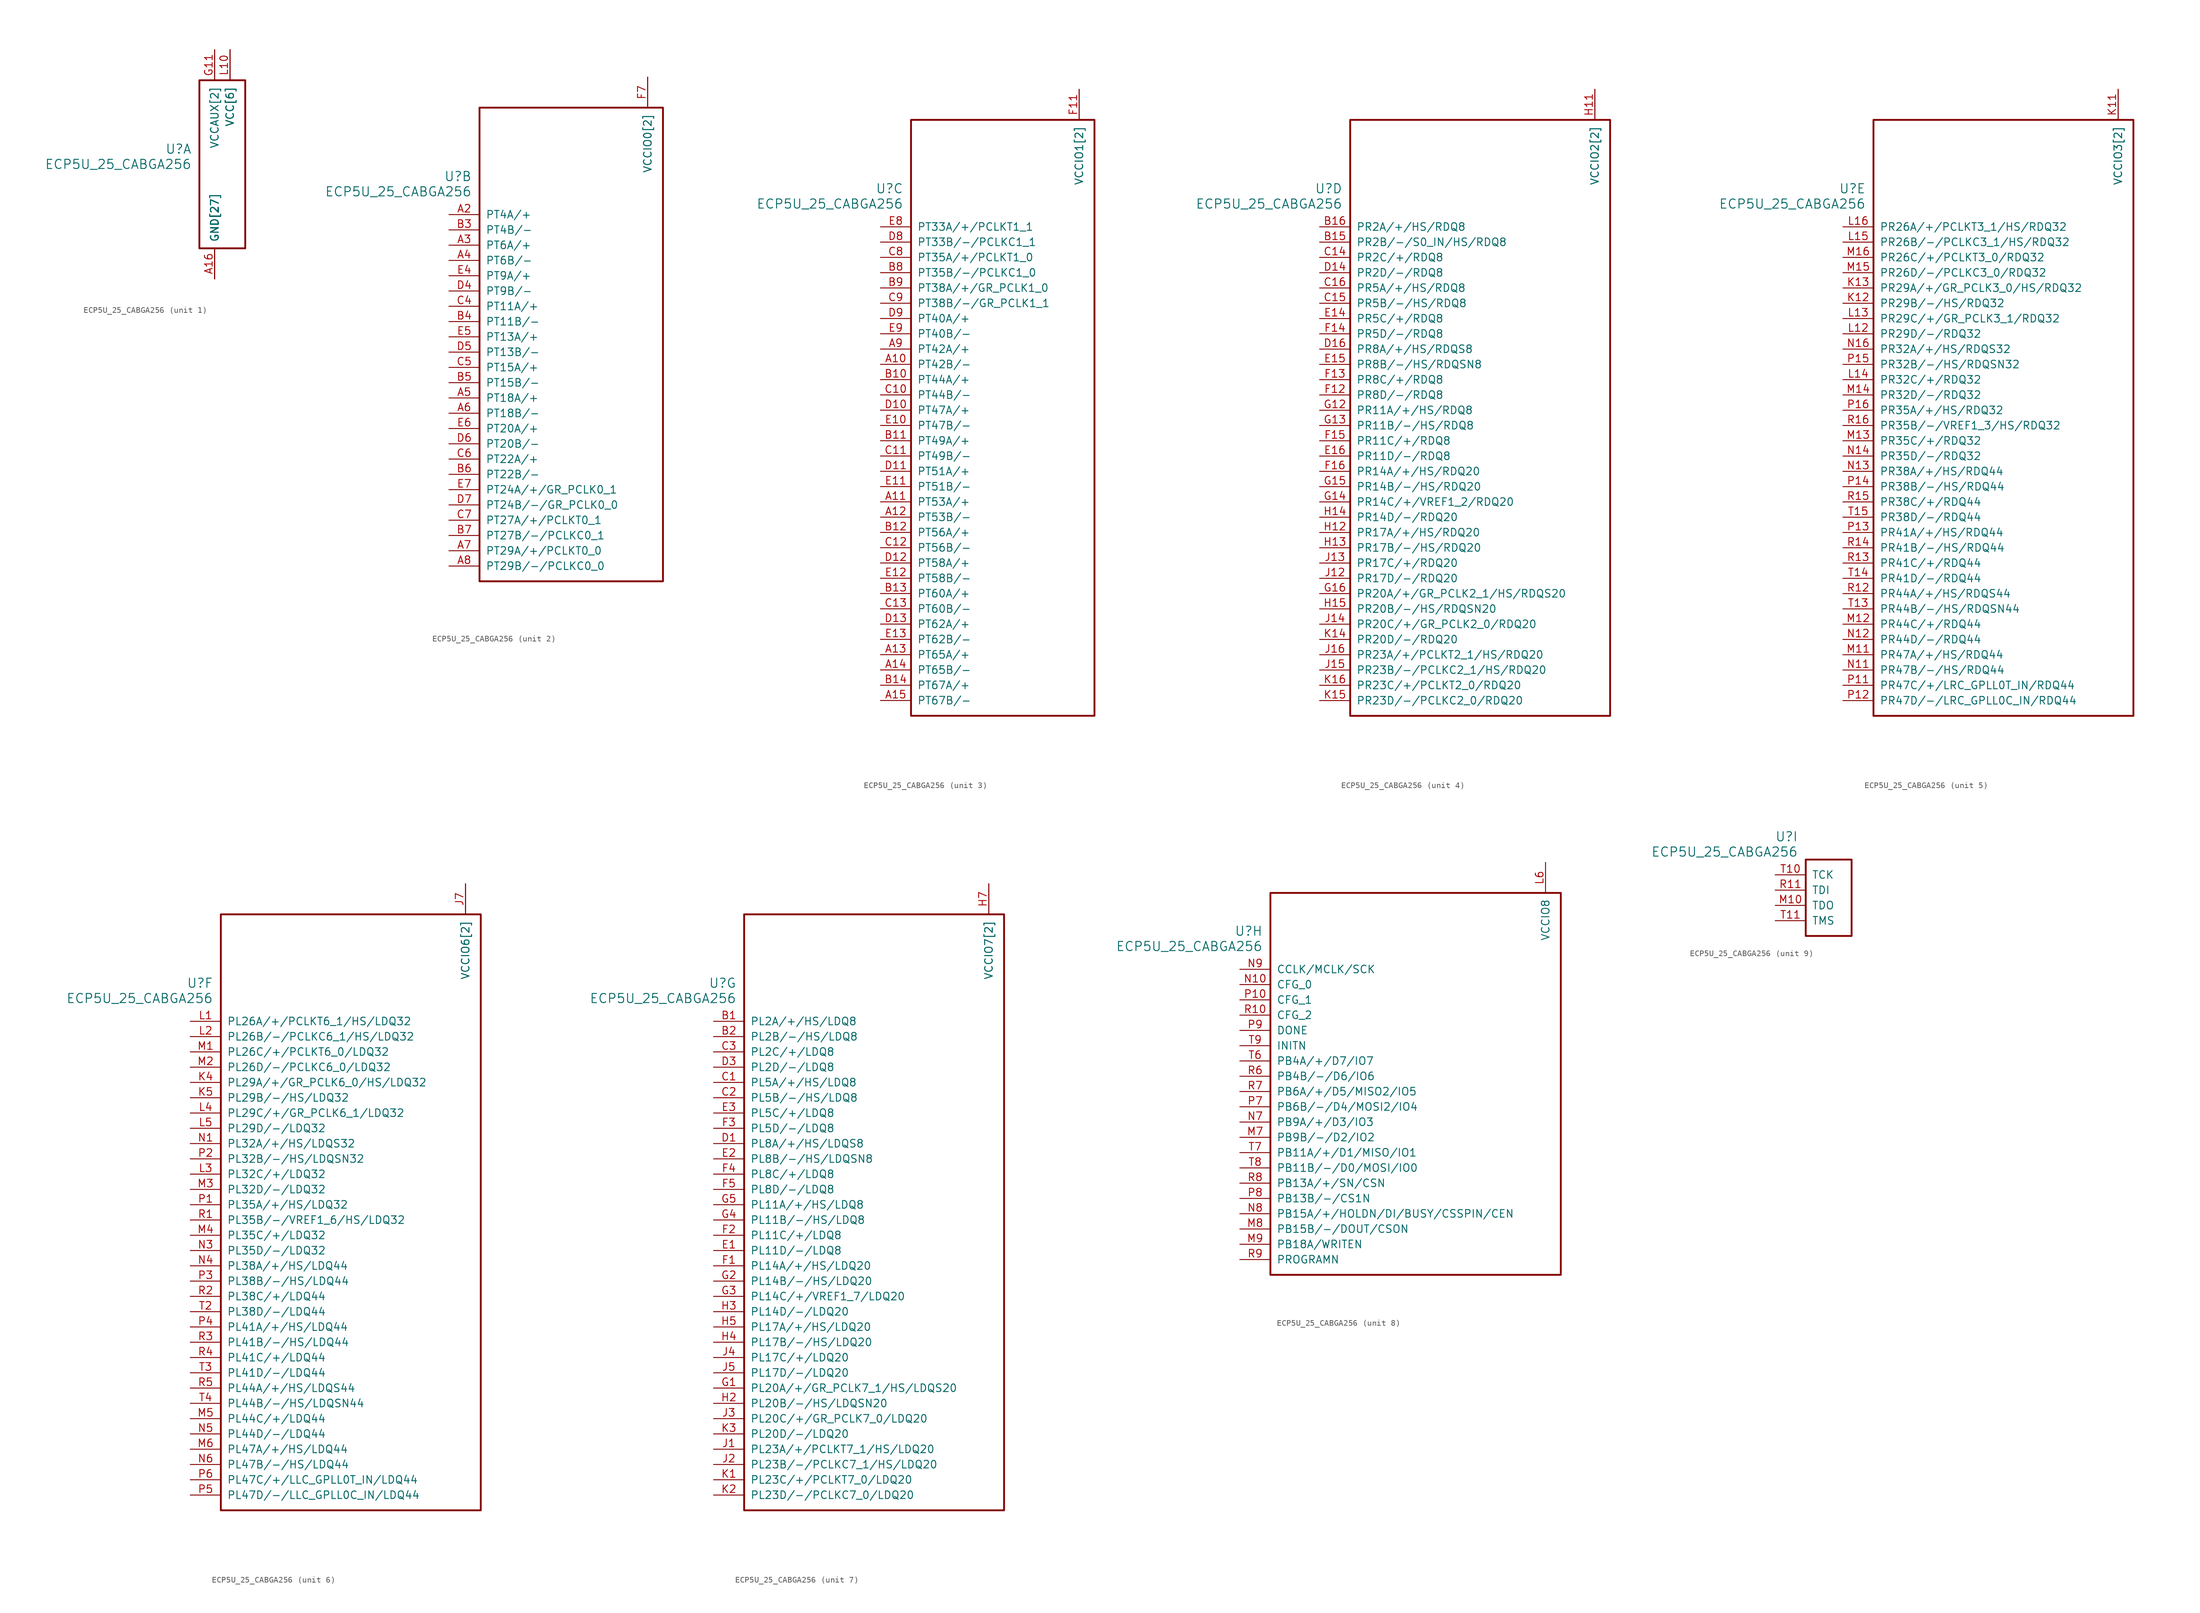
<source format=kicad_sym>
(kicad_symbol_lib
  (version 20211014)
  (generator kicad_symbol_editor)
  (symbol "ECP5U_25_CABGA256"
    (pin_names
      (offset 1.016))
    (property "Reference" "U"
      (at 3.81 6.35 0)
      (effects (font (size 1.524 1.524)) (justify right)))
    (property "Value" "ECP5U_25_CABGA256"
      (at 3.81 3.81 0)
      (effects (font (size 1.524 1.524)) (justify right)))
    (property "ki_locked" ""
      (at 0 0 0)
      (effects (font (size 1.27 1.27))))
    (symbol "ECP5U_25_CABGA256_1_1"
      (rectangle (start 5.08 17.78) (end 12.7 -10.16) (stroke (width 0.305) (type default) (color 0 0 0 0)) (fill (type none)))
      (pin power_in line (at 7.62 -15.24 90) (length 5.08) (name "GND[27]" (effects (font (size 1.27 1.27)))) (number "A1" (effects (font (size 0 0)))))
      (pin power_in line (at 7.62 -15.24 90) (length 5.08) (name "GND[27]" (effects (font (size 1.27 1.27)))) (number "A16" (effects (font (size 1.27 1.27)))))
      (pin power_in line (at 7.62 -15.24 90) (length 5.08) (name "GND[27]" (effects (font (size 1.27 1.27)))) (number "D15" (effects (font (size 0 0)))))
      (pin power_in line (at 7.62 -15.24 90) (length 5.08) (name "GND[27]" (effects (font (size 1.27 1.27)))) (number "D2" (effects (font (size 0 0)))))
      (pin power_in line (at 7.62 -15.24 90) (length 5.08) (name "GND[27]" (effects (font (size 1.27 1.27)))) (number "F8" (effects (font (size 0 0)))))
      (pin power_in line (at 7.62 -15.24 90) (length 5.08) (name "GND[27]" (effects (font (size 1.27 1.27)))) (number "F9" (effects (font (size 0 0)))))
      (pin power_in line (at 7.62 -15.24 90) (length 5.08) (name "GND[27]" (effects (font (size 1.27 1.27)))) (number "G10" (effects (font (size 0 0)))))
      (pin power_in line (at 7.62 22.86 270) (length 5.08) (name "VCCAUX[2]" (effects (font (size 1.27 1.27)))) (number "G11" (effects (font (size 1.27 1.27)))))
      (pin power_in line (at 10.16 22.86 270) (length 5.08) (name "VCC[6]" (effects (font (size 1.27 1.27)))) (number "G6" (effects (font (size 0 0)))))
      (pin power_in line (at 10.16 22.86 270) (length 5.08) (name "VCC[6]" (effects (font (size 1.27 1.27)))) (number "G7" (effects (font (size 0 0)))))
      (pin power_in line (at 7.62 -15.24 90) (length 5.08) (name "GND[27]" (effects (font (size 1.27 1.27)))) (number "G8" (effects (font (size 0 0)))))
      (pin power_in line (at 10.16 22.86 270) (length 5.08) (name "VCC[6]" (effects (font (size 1.27 1.27)))) (number "G9" (effects (font (size 0 0)))))
      (pin power_in line (at 7.62 -15.24 90) (length 5.08) (name "GND[27]" (effects (font (size 1.27 1.27)))) (number "H1" (effects (font (size 0 0)))))
      (pin power_in line (at 7.62 -15.24 90) (length 5.08) (name "GND[27]" (effects (font (size 1.27 1.27)))) (number "H10" (effects (font (size 0 0)))))
      (pin power_in line (at 7.62 -15.24 90) (length 5.08) (name "GND[27]" (effects (font (size 1.27 1.27)))) (number "H16" (effects (font (size 0 0)))))
      (pin power_in line (at 7.62 -15.24 90) (length 5.08) (name "GND[27]" (effects (font (size 1.27 1.27)))) (number "H8" (effects (font (size 0 0)))))
      (pin power_in line (at 7.62 -15.24 90) (length 5.08) (name "GND[27]" (effects (font (size 1.27 1.27)))) (number "H9" (effects (font (size 0 0)))))
      (pin power_in line (at 7.62 -15.24 90) (length 5.08) (name "GND[27]" (effects (font (size 1.27 1.27)))) (number "J10" (effects (font (size 0 0)))))
      (pin power_in line (at 7.62 -15.24 90) (length 5.08) (name "GND[27]" (effects (font (size 1.27 1.27)))) (number "J8" (effects (font (size 0 0)))))
      (pin power_in line (at 7.62 -15.24 90) (length 5.08) (name "GND[27]" (effects (font (size 1.27 1.27)))) (number "J9" (effects (font (size 0 0)))))
      (pin power_in line (at 7.62 -15.24 90) (length 5.08) (name "GND[27]" (effects (font (size 1.27 1.27)))) (number "K10" (effects (font (size 0 0)))))
      (pin power_in line (at 7.62 -15.24 90) (length 5.08) (name "GND[27]" (effects (font (size 1.27 1.27)))) (number "K6" (effects (font (size 0 0)))))
      (pin power_in line (at 7.62 -15.24 90) (length 5.08) (name "GND[27]" (effects (font (size 1.27 1.27)))) (number "K7" (effects (font (size 0 0)))))
      (pin power_in line (at 7.62 -15.24 90) (length 5.08) (name "GND[27]" (effects (font (size 1.27 1.27)))) (number "K8" (effects (font (size 0 0)))))
      (pin power_in line (at 7.62 -15.24 90) (length 5.08) (name "GND[27]" (effects (font (size 1.27 1.27)))) (number "K9" (effects (font (size 0 0)))))
      (pin power_in line (at 10.16 22.86 270) (length 5.08) (name "VCC[6]" (effects (font (size 1.27 1.27)))) (number "L10" (effects (font (size 1.27 1.27)))))
      (pin power_in line (at 7.62 22.86 270) (length 5.08) (name "VCCAUX[2]" (effects (font (size 1.27 1.27)))) (number "L7" (effects (font (size 0 0)))))
      (pin power_in line (at 10.16 22.86 270) (length 5.08) (name "VCC[6]" (effects (font (size 1.27 1.27)))) (number "L8" (effects (font (size 0 0)))))
      (pin power_in line (at 10.16 22.86 270) (length 5.08) (name "VCC[6]" (effects (font (size 1.27 1.27)))) (number "L9" (effects (font (size 0 0)))))
      (pin power_in line (at 7.62 -15.24 90) (length 5.08) (name "GND[27]" (effects (font (size 1.27 1.27)))) (number "N15" (effects (font (size 0 0)))))
      (pin power_in line (at 7.62 -15.24 90) (length 5.08) (name "GND[27]" (effects (font (size 1.27 1.27)))) (number "N2" (effects (font (size 0 0)))))
      (pin power_in line (at 7.62 -15.24 90) (length 5.08) (name "GND[27]" (effects (font (size 1.27 1.27)))) (number "T1" (effects (font (size 0 0)))))
      (pin power_in line (at 7.62 -15.24 90) (length 5.08) (name "GND[27]" (effects (font (size 1.27 1.27)))) (number "T12" (effects (font (size 0 0)))))
      (pin power_in line (at 7.62 -15.24 90) (length 5.08) (name "GND[27]" (effects (font (size 1.27 1.27)))) (number "T16" (effects (font (size 0 0)))))
      (pin power_in line (at 7.62 -15.24 90) (length 5.08) (name "GND[27]" (effects (font (size 1.27 1.27)))) (number "T5" (effects (font (size 0 0))))))
    (symbol "ECP5U_25_CABGA256_2_1"
      (rectangle (start 5.08 17.78) (end 35.56 -60.96) (stroke (width 0.305) (type default) (color 0 0 0 0)) (fill (type none)))
      (pin bidirectional line (at 0 0 0) (length 5.08) (name "PT4A/+" (effects (font (size 1.27 1.27)))) (number "A2" (effects (font (size 1.27 1.27)))))
      (pin bidirectional line (at 0 -5.08 0) (length 5.08) (name "PT6A/+" (effects (font (size 1.27 1.27)))) (number "A3" (effects (font (size 1.27 1.27)))))
      (pin bidirectional line (at 0 -7.62 0) (length 5.08) (name "PT6B/-" (effects (font (size 1.27 1.27)))) (number "A4" (effects (font (size 1.27 1.27)))))
      (pin bidirectional line (at 0 -30.48 0) (length 5.08) (name "PT18A/+" (effects (font (size 1.27 1.27)))) (number "A5" (effects (font (size 1.27 1.27)))))
      (pin bidirectional line (at 0 -33.02 0) (length 5.08) (name "PT18B/-" (effects (font (size 1.27 1.27)))) (number "A6" (effects (font (size 1.27 1.27)))))
      (pin bidirectional line (at 0 -55.88 0) (length 5.08) (name "PT29A/+/PCLKT0_0" (effects (font (size 1.27 1.27)))) (number "A7" (effects (font (size 1.27 1.27)))))
      (pin bidirectional line (at 0 -58.42 0) (length 5.08) (name "PT29B/-/PCLKC0_0" (effects (font (size 1.27 1.27)))) (number "A8" (effects (font (size 1.27 1.27)))))
      (pin bidirectional line (at 0 -2.54 0) (length 5.08) (name "PT4B/-" (effects (font (size 1.27 1.27)))) (number "B3" (effects (font (size 1.27 1.27)))))
      (pin bidirectional line (at 0 -17.78 0) (length 5.08) (name "PT11B/-" (effects (font (size 1.27 1.27)))) (number "B4" (effects (font (size 1.27 1.27)))))
      (pin bidirectional line (at 0 -27.94 0) (length 5.08) (name "PT15B/-" (effects (font (size 1.27 1.27)))) (number "B5" (effects (font (size 1.27 1.27)))))
      (pin bidirectional line (at 0 -43.18 0) (length 5.08) (name "PT22B/-" (effects (font (size 1.27 1.27)))) (number "B6" (effects (font (size 1.27 1.27)))))
      (pin bidirectional line (at 0 -53.34 0) (length 5.08) (name "PT27B/-/PCLKC0_1" (effects (font (size 1.27 1.27)))) (number "B7" (effects (font (size 1.27 1.27)))))
      (pin bidirectional line (at 0 -15.24 0) (length 5.08) (name "PT11A/+" (effects (font (size 1.27 1.27)))) (number "C4" (effects (font (size 1.27 1.27)))))
      (pin bidirectional line (at 0 -25.4 0) (length 5.08) (name "PT15A/+" (effects (font (size 1.27 1.27)))) (number "C5" (effects (font (size 1.27 1.27)))))
      (pin bidirectional line (at 0 -40.64 0) (length 5.08) (name "PT22A/+" (effects (font (size 1.27 1.27)))) (number "C6" (effects (font (size 1.27 1.27)))))
      (pin bidirectional line (at 0 -50.8 0) (length 5.08) (name "PT27A/+/PCLKT0_1" (effects (font (size 1.27 1.27)))) (number "C7" (effects (font (size 1.27 1.27)))))
      (pin bidirectional line (at 0 -12.7 0) (length 5.08) (name "PT9B/-" (effects (font (size 1.27 1.27)))) (number "D4" (effects (font (size 1.27 1.27)))))
      (pin bidirectional line (at 0 -22.86 0) (length 5.08) (name "PT13B/-" (effects (font (size 1.27 1.27)))) (number "D5" (effects (font (size 1.27 1.27)))))
      (pin bidirectional line (at 0 -38.1 0) (length 5.08) (name "PT20B/-" (effects (font (size 1.27 1.27)))) (number "D6" (effects (font (size 1.27 1.27)))))
      (pin bidirectional line (at 0 -48.26 0) (length 5.08) (name "PT24B/-/GR_PCLK0_0" (effects (font (size 1.27 1.27)))) (number "D7" (effects (font (size 1.27 1.27)))))
      (pin bidirectional line (at 0 -10.16 0) (length 5.08) (name "PT9A/+" (effects (font (size 1.27 1.27)))) (number "E4" (effects (font (size 1.27 1.27)))))
      (pin bidirectional line (at 0 -20.32 0) (length 5.08) (name "PT13A/+" (effects (font (size 1.27 1.27)))) (number "E5" (effects (font (size 1.27 1.27)))))
      (pin bidirectional line (at 0 -35.56 0) (length 5.08) (name "PT20A/+" (effects (font (size 1.27 1.27)))) (number "E6" (effects (font (size 1.27 1.27)))))
      (pin bidirectional line (at 0 -45.72 0) (length 5.08) (name "PT24A/+/GR_PCLK0_1" (effects (font (size 1.27 1.27)))) (number "E7" (effects (font (size 1.27 1.27)))))
      (pin power_in line (at 33.02 22.86 270) (length 5.08) (name "VCCIO0[2]" (effects (font (size 1.27 1.27)))) (number "F6" (effects (font (size 0 0)))))
      (pin power_in line (at 33.02 22.86 270) (length 5.08) (name "VCCIO0[2]" (effects (font (size 1.27 1.27)))) (number "F7" (effects (font (size 1.27 1.27))))))
    (symbol "ECP5U_25_CABGA256_3_1"
      (rectangle (start 5.08 17.78) (end 35.56 -81.28) (stroke (width 0.305) (type default) (color 0 0 0 0)) (fill (type none)))
      (pin bidirectional line (at 0 -22.86 0) (length 5.08) (name "PT42B/-" (effects (font (size 1.27 1.27)))) (number "A10" (effects (font (size 1.27 1.27)))))
      (pin bidirectional line (at 0 -45.72 0) (length 5.08) (name "PT53A/+" (effects (font (size 1.27 1.27)))) (number "A11" (effects (font (size 1.27 1.27)))))
      (pin bidirectional line (at 0 -48.26 0) (length 5.08) (name "PT53B/-" (effects (font (size 1.27 1.27)))) (number "A12" (effects (font (size 1.27 1.27)))))
      (pin bidirectional line (at 0 -71.12 0) (length 5.08) (name "PT65A/+" (effects (font (size 1.27 1.27)))) (number "A13" (effects (font (size 1.27 1.27)))))
      (pin bidirectional line (at 0 -73.66 0) (length 5.08) (name "PT65B/-" (effects (font (size 1.27 1.27)))) (number "A14" (effects (font (size 1.27 1.27)))))
      (pin bidirectional line (at 0 -78.74 0) (length 5.08) (name "PT67B/-" (effects (font (size 1.27 1.27)))) (number "A15" (effects (font (size 1.27 1.27)))))
      (pin bidirectional line (at 0 -20.32 0) (length 5.08) (name "PT42A/+" (effects (font (size 1.27 1.27)))) (number "A9" (effects (font (size 1.27 1.27)))))
      (pin bidirectional line (at 0 -25.4 0) (length 5.08) (name "PT44A/+" (effects (font (size 1.27 1.27)))) (number "B10" (effects (font (size 1.27 1.27)))))
      (pin bidirectional line (at 0 -35.56 0) (length 5.08) (name "PT49A/+" (effects (font (size 1.27 1.27)))) (number "B11" (effects (font (size 1.27 1.27)))))
      (pin bidirectional line (at 0 -50.8 0) (length 5.08) (name "PT56A/+" (effects (font (size 1.27 1.27)))) (number "B12" (effects (font (size 1.27 1.27)))))
      (pin bidirectional line (at 0 -60.96 0) (length 5.08) (name "PT60A/+" (effects (font (size 1.27 1.27)))) (number "B13" (effects (font (size 1.27 1.27)))))
      (pin bidirectional line (at 0 -76.2 0) (length 5.08) (name "PT67A/+" (effects (font (size 1.27 1.27)))) (number "B14" (effects (font (size 1.27 1.27)))))
      (pin bidirectional line (at 0 -7.62 0) (length 5.08) (name "PT35B/-/PCLKC1_0" (effects (font (size 1.27 1.27)))) (number "B8" (effects (font (size 1.27 1.27)))))
      (pin bidirectional line (at 0 -10.16 0) (length 5.08) (name "PT38A/+/GR_PCLK1_0" (effects (font (size 1.27 1.27)))) (number "B9" (effects (font (size 1.27 1.27)))))
      (pin bidirectional line (at 0 -27.94 0) (length 5.08) (name "PT44B/-" (effects (font (size 1.27 1.27)))) (number "C10" (effects (font (size 1.27 1.27)))))
      (pin bidirectional line (at 0 -38.1 0) (length 5.08) (name "PT49B/-" (effects (font (size 1.27 1.27)))) (number "C11" (effects (font (size 1.27 1.27)))))
      (pin bidirectional line (at 0 -53.34 0) (length 5.08) (name "PT56B/-" (effects (font (size 1.27 1.27)))) (number "C12" (effects (font (size 1.27 1.27)))))
      (pin bidirectional line (at 0 -63.5 0) (length 5.08) (name "PT60B/-" (effects (font (size 1.27 1.27)))) (number "C13" (effects (font (size 1.27 1.27)))))
      (pin bidirectional line (at 0 -5.08 0) (length 5.08) (name "PT35A/+/PCLKT1_0" (effects (font (size 1.27 1.27)))) (number "C8" (effects (font (size 1.27 1.27)))))
      (pin bidirectional line (at 0 -12.7 0) (length 5.08) (name "PT38B/-/GR_PCLK1_1" (effects (font (size 1.27 1.27)))) (number "C9" (effects (font (size 1.27 1.27)))))
      (pin bidirectional line (at 0 -30.48 0) (length 5.08) (name "PT47A/+" (effects (font (size 1.27 1.27)))) (number "D10" (effects (font (size 1.27 1.27)))))
      (pin bidirectional line (at 0 -40.64 0) (length 5.08) (name "PT51A/+" (effects (font (size 1.27 1.27)))) (number "D11" (effects (font (size 1.27 1.27)))))
      (pin bidirectional line (at 0 -55.88 0) (length 5.08) (name "PT58A/+" (effects (font (size 1.27 1.27)))) (number "D12" (effects (font (size 1.27 1.27)))))
      (pin bidirectional line (at 0 -66.04 0) (length 5.08) (name "PT62A/+" (effects (font (size 1.27 1.27)))) (number "D13" (effects (font (size 1.27 1.27)))))
      (pin bidirectional line (at 0 -2.54 0) (length 5.08) (name "PT33B/-/PCLKC1_1" (effects (font (size 1.27 1.27)))) (number "D8" (effects (font (size 1.27 1.27)))))
      (pin bidirectional line (at 0 -15.24 0) (length 5.08) (name "PT40A/+" (effects (font (size 1.27 1.27)))) (number "D9" (effects (font (size 1.27 1.27)))))
      (pin bidirectional line (at 0 -33.02 0) (length 5.08) (name "PT47B/-" (effects (font (size 1.27 1.27)))) (number "E10" (effects (font (size 1.27 1.27)))))
      (pin bidirectional line (at 0 -43.18 0) (length 5.08) (name "PT51B/-" (effects (font (size 1.27 1.27)))) (number "E11" (effects (font (size 1.27 1.27)))))
      (pin bidirectional line (at 0 -58.42 0) (length 5.08) (name "PT58B/-" (effects (font (size 1.27 1.27)))) (number "E12" (effects (font (size 1.27 1.27)))))
      (pin bidirectional line (at 0 -68.58 0) (length 5.08) (name "PT62B/-" (effects (font (size 1.27 1.27)))) (number "E13" (effects (font (size 1.27 1.27)))))
      (pin bidirectional line (at 0 0 0) (length 5.08) (name "PT33A/+/PCLKT1_1" (effects (font (size 1.27 1.27)))) (number "E8" (effects (font (size 1.27 1.27)))))
      (pin bidirectional line (at 0 -17.78 0) (length 5.08) (name "PT40B/-" (effects (font (size 1.27 1.27)))) (number "E9" (effects (font (size 1.27 1.27)))))
      (pin power_in line (at 33.02 22.86 270) (length 5.08) (name "VCCIO1[2]" (effects (font (size 1.27 1.27)))) (number "F10" (effects (font (size 0 0)))))
      (pin power_in line (at 33.02 22.86 270) (length 5.08) (name "VCCIO1[2]" (effects (font (size 1.27 1.27)))) (number "F11" (effects (font (size 1.27 1.27))))))
    (symbol "ECP5U_25_CABGA256_4_1"
      (rectangle (start 5.08 17.78) (end 48.26 -81.28) (stroke (width 0.305) (type default) (color 0 0 0 0)) (fill (type none)))
      (pin bidirectional line (at 0 -2.54 0) (length 5.08) (name "PR2B/-/S0_IN/HS/RDQ8" (effects (font (size 1.27 1.27)))) (number "B15" (effects (font (size 1.27 1.27)))))
      (pin bidirectional line (at 0 0 0) (length 5.08) (name "PR2A/+/HS/RDQ8" (effects (font (size 1.27 1.27)))) (number "B16" (effects (font (size 1.27 1.27)))))
      (pin bidirectional line (at 0 -5.08 0) (length 5.08) (name "PR2C/+/RDQ8" (effects (font (size 1.27 1.27)))) (number "C14" (effects (font (size 1.27 1.27)))))
      (pin bidirectional line (at 0 -12.7 0) (length 5.08) (name "PR5B/-/HS/RDQ8" (effects (font (size 1.27 1.27)))) (number "C15" (effects (font (size 1.27 1.27)))))
      (pin bidirectional line (at 0 -10.16 0) (length 5.08) (name "PR5A/+/HS/RDQ8" (effects (font (size 1.27 1.27)))) (number "C16" (effects (font (size 1.27 1.27)))))
      (pin bidirectional line (at 0 -7.62 0) (length 5.08) (name "PR2D/-/RDQ8" (effects (font (size 1.27 1.27)))) (number "D14" (effects (font (size 1.27 1.27)))))
      (pin bidirectional line (at 0 -20.32 0) (length 5.08) (name "PR8A/+/HS/RDQS8" (effects (font (size 1.27 1.27)))) (number "D16" (effects (font (size 1.27 1.27)))))
      (pin bidirectional line (at 0 -15.24 0) (length 5.08) (name "PR5C/+/RDQ8" (effects (font (size 1.27 1.27)))) (number "E14" (effects (font (size 1.27 1.27)))))
      (pin bidirectional line (at 0 -22.86 0) (length 5.08) (name "PR8B/-/HS/RDQSN8" (effects (font (size 1.27 1.27)))) (number "E15" (effects (font (size 1.27 1.27)))))
      (pin bidirectional line (at 0 -38.1 0) (length 5.08) (name "PR11D/-/RDQ8" (effects (font (size 1.27 1.27)))) (number "E16" (effects (font (size 1.27 1.27)))))
      (pin bidirectional line (at 0 -27.94 0) (length 5.08) (name "PR8D/-/RDQ8" (effects (font (size 1.27 1.27)))) (number "F12" (effects (font (size 1.27 1.27)))))
      (pin bidirectional line (at 0 -25.4 0) (length 5.08) (name "PR8C/+/RDQ8" (effects (font (size 1.27 1.27)))) (number "F13" (effects (font (size 1.27 1.27)))))
      (pin bidirectional line (at 0 -17.78 0) (length 5.08) (name "PR5D/-/RDQ8" (effects (font (size 1.27 1.27)))) (number "F14" (effects (font (size 1.27 1.27)))))
      (pin bidirectional line (at 0 -35.56 0) (length 5.08) (name "PR11C/+/RDQ8" (effects (font (size 1.27 1.27)))) (number "F15" (effects (font (size 1.27 1.27)))))
      (pin bidirectional line (at 0 -40.64 0) (length 5.08) (name "PR14A/+/HS/RDQ20" (effects (font (size 1.27 1.27)))) (number "F16" (effects (font (size 1.27 1.27)))))
      (pin bidirectional line (at 0 -30.48 0) (length 5.08) (name "PR11A/+/HS/RDQ8" (effects (font (size 1.27 1.27)))) (number "G12" (effects (font (size 1.27 1.27)))))
      (pin bidirectional line (at 0 -33.02 0) (length 5.08) (name "PR11B/-/HS/RDQ8" (effects (font (size 1.27 1.27)))) (number "G13" (effects (font (size 1.27 1.27)))))
      (pin bidirectional line (at 0 -45.72 0) (length 5.08) (name "PR14C/+/VREF1_2/RDQ20" (effects (font (size 1.27 1.27)))) (number "G14" (effects (font (size 1.27 1.27)))))
      (pin bidirectional line (at 0 -43.18 0) (length 5.08) (name "PR14B/-/HS/RDQ20" (effects (font (size 1.27 1.27)))) (number "G15" (effects (font (size 1.27 1.27)))))
      (pin bidirectional line (at 0 -60.96 0) (length 5.08) (name "PR20A/+/GR_PCLK2_1/HS/RDQS20" (effects (font (size 1.27 1.27)))) (number "G16" (effects (font (size 1.27 1.27)))))
      (pin power_in line (at 45.72 22.86 270) (length 5.08) (name "VCCIO2[2]" (effects (font (size 1.27 1.27)))) (number "H11" (effects (font (size 1.27 1.27)))))
      (pin bidirectional line (at 0 -50.8 0) (length 5.08) (name "PR17A/+/HS/RDQ20" (effects (font (size 1.27 1.27)))) (number "H12" (effects (font (size 1.27 1.27)))))
      (pin bidirectional line (at 0 -53.34 0) (length 5.08) (name "PR17B/-/HS/RDQ20" (effects (font (size 1.27 1.27)))) (number "H13" (effects (font (size 1.27 1.27)))))
      (pin bidirectional line (at 0 -48.26 0) (length 5.08) (name "PR14D/-/RDQ20" (effects (font (size 1.27 1.27)))) (number "H14" (effects (font (size 1.27 1.27)))))
      (pin bidirectional line (at 0 -63.5 0) (length 5.08) (name "PR20B/-/HS/RDQSN20" (effects (font (size 1.27 1.27)))) (number "H15" (effects (font (size 1.27 1.27)))))
      (pin power_in line (at 45.72 22.86 270) (length 5.08) (name "VCCIO2[2]" (effects (font (size 1.27 1.27)))) (number "J11" (effects (font (size 0 0)))))
      (pin bidirectional line (at 0 -58.42 0) (length 5.08) (name "PR17D/-/RDQ20" (effects (font (size 1.27 1.27)))) (number "J12" (effects (font (size 1.27 1.27)))))
      (pin bidirectional line (at 0 -55.88 0) (length 5.08) (name "PR17C/+/RDQ20" (effects (font (size 1.27 1.27)))) (number "J13" (effects (font (size 1.27 1.27)))))
      (pin bidirectional line (at 0 -66.04 0) (length 5.08) (name "PR20C/+/GR_PCLK2_0/RDQ20" (effects (font (size 1.27 1.27)))) (number "J14" (effects (font (size 1.27 1.27)))))
      (pin bidirectional line (at 0 -73.66 0) (length 5.08) (name "PR23B/-/PCLKC2_1/HS/RDQ20" (effects (font (size 1.27 1.27)))) (number "J15" (effects (font (size 1.27 1.27)))))
      (pin bidirectional line (at 0 -71.12 0) (length 5.08) (name "PR23A/+/PCLKT2_1/HS/RDQ20" (effects (font (size 1.27 1.27)))) (number "J16" (effects (font (size 1.27 1.27)))))
      (pin bidirectional line (at 0 -68.58 0) (length 5.08) (name "PR20D/-/RDQ20" (effects (font (size 1.27 1.27)))) (number "K14" (effects (font (size 1.27 1.27)))))
      (pin bidirectional line (at 0 -78.74 0) (length 5.08) (name "PR23D/-/PCLKC2_0/RDQ20" (effects (font (size 1.27 1.27)))) (number "K15" (effects (font (size 1.27 1.27)))))
      (pin bidirectional line (at 0 -76.2 0) (length 5.08) (name "PR23C/+/PCLKT2_0/RDQ20" (effects (font (size 1.27 1.27)))) (number "K16" (effects (font (size 1.27 1.27))))))
    (symbol "ECP5U_25_CABGA256_5_1"
      (rectangle (start 5.08 17.78) (end 48.26 -81.28) (stroke (width 0.305) (type default) (color 0 0 0 0)) (fill (type none)))
      (pin power_in line (at 45.72 22.86 270) (length 5.08) (name "VCCIO3[2]" (effects (font (size 1.27 1.27)))) (number "K11" (effects (font (size 1.27 1.27)))))
      (pin bidirectional line (at 0 -12.7 0) (length 5.08) (name "PR29B/-/HS/RDQ32" (effects (font (size 1.27 1.27)))) (number "K12" (effects (font (size 1.27 1.27)))))
      (pin bidirectional line (at 0 -10.16 0) (length 5.08) (name "PR29A/+/GR_PCLK3_0/HS/RDQ32" (effects (font (size 1.27 1.27)))) (number "K13" (effects (font (size 1.27 1.27)))))
      (pin power_in line (at 45.72 22.86 270) (length 5.08) (name "VCCIO3[2]" (effects (font (size 1.27 1.27)))) (number "L11" (effects (font (size 0 0)))))
      (pin bidirectional line (at 0 -17.78 0) (length 5.08) (name "PR29D/-/RDQ32" (effects (font (size 1.27 1.27)))) (number "L12" (effects (font (size 1.27 1.27)))))
      (pin bidirectional line (at 0 -15.24 0) (length 5.08) (name "PR29C/+/GR_PCLK3_1/RDQ32" (effects (font (size 1.27 1.27)))) (number "L13" (effects (font (size 1.27 1.27)))))
      (pin bidirectional line (at 0 -25.4 0) (length 5.08) (name "PR32C/+/RDQ32" (effects (font (size 1.27 1.27)))) (number "L14" (effects (font (size 1.27 1.27)))))
      (pin bidirectional line (at 0 -2.54 0) (length 5.08) (name "PR26B/-/PCLKC3_1/HS/RDQ32" (effects (font (size 1.27 1.27)))) (number "L15" (effects (font (size 1.27 1.27)))))
      (pin bidirectional line (at 0 0 0) (length 5.08) (name "PR26A/+/PCLKT3_1/HS/RDQ32" (effects (font (size 1.27 1.27)))) (number "L16" (effects (font (size 1.27 1.27)))))
      (pin bidirectional line (at 0 -71.12 0) (length 5.08) (name "PR47A/+/HS/RDQ44" (effects (font (size 1.27 1.27)))) (number "M11" (effects (font (size 1.27 1.27)))))
      (pin bidirectional line (at 0 -66.04 0) (length 5.08) (name "PR44C/+/RDQ44" (effects (font (size 1.27 1.27)))) (number "M12" (effects (font (size 1.27 1.27)))))
      (pin bidirectional line (at 0 -35.56 0) (length 5.08) (name "PR35C/+/RDQ32" (effects (font (size 1.27 1.27)))) (number "M13" (effects (font (size 1.27 1.27)))))
      (pin bidirectional line (at 0 -27.94 0) (length 5.08) (name "PR32D/-/RDQ32" (effects (font (size 1.27 1.27)))) (number "M14" (effects (font (size 1.27 1.27)))))
      (pin bidirectional line (at 0 -7.62 0) (length 5.08) (name "PR26D/-/PCLKC3_0/RDQ32" (effects (font (size 1.27 1.27)))) (number "M15" (effects (font (size 1.27 1.27)))))
      (pin bidirectional line (at 0 -5.08 0) (length 5.08) (name "PR26C/+/PCLKT3_0/RDQ32" (effects (font (size 1.27 1.27)))) (number "M16" (effects (font (size 1.27 1.27)))))
      (pin bidirectional line (at 0 -73.66 0) (length 5.08) (name "PR47B/-/HS/RDQ44" (effects (font (size 1.27 1.27)))) (number "N11" (effects (font (size 1.27 1.27)))))
      (pin bidirectional line (at 0 -68.58 0) (length 5.08) (name "PR44D/-/RDQ44" (effects (font (size 1.27 1.27)))) (number "N12" (effects (font (size 1.27 1.27)))))
      (pin bidirectional line (at 0 -40.64 0) (length 5.08) (name "PR38A/+/HS/RDQ44" (effects (font (size 1.27 1.27)))) (number "N13" (effects (font (size 1.27 1.27)))))
      (pin bidirectional line (at 0 -38.1 0) (length 5.08) (name "PR35D/-/RDQ32" (effects (font (size 1.27 1.27)))) (number "N14" (effects (font (size 1.27 1.27)))))
      (pin bidirectional line (at 0 -20.32 0) (length 5.08) (name "PR32A/+/HS/RDQS32" (effects (font (size 1.27 1.27)))) (number "N16" (effects (font (size 1.27 1.27)))))
      (pin bidirectional line (at 0 -76.2 0) (length 5.08) (name "PR47C/+/LRC_GPLL0T_IN/RDQ44" (effects (font (size 1.27 1.27)))) (number "P11" (effects (font (size 1.27 1.27)))))
      (pin bidirectional line (at 0 -78.74 0) (length 5.08) (name "PR47D/-/LRC_GPLL0C_IN/RDQ44" (effects (font (size 1.27 1.27)))) (number "P12" (effects (font (size 1.27 1.27)))))
      (pin bidirectional line (at 0 -50.8 0) (length 5.08) (name "PR41A/+/HS/RDQ44" (effects (font (size 1.27 1.27)))) (number "P13" (effects (font (size 1.27 1.27)))))
      (pin bidirectional line (at 0 -43.18 0) (length 5.08) (name "PR38B/-/HS/RDQ44" (effects (font (size 1.27 1.27)))) (number "P14" (effects (font (size 1.27 1.27)))))
      (pin bidirectional line (at 0 -22.86 0) (length 5.08) (name "PR32B/-/HS/RDQSN32" (effects (font (size 1.27 1.27)))) (number "P15" (effects (font (size 1.27 1.27)))))
      (pin bidirectional line (at 0 -30.48 0) (length 5.08) (name "PR35A/+/HS/RDQ32" (effects (font (size 1.27 1.27)))) (number "P16" (effects (font (size 1.27 1.27)))))
      (pin bidirectional line (at 0 -60.96 0) (length 5.08) (name "PR44A/+/HS/RDQS44" (effects (font (size 1.27 1.27)))) (number "R12" (effects (font (size 1.27 1.27)))))
      (pin bidirectional line (at 0 -55.88 0) (length 5.08) (name "PR41C/+/RDQ44" (effects (font (size 1.27 1.27)))) (number "R13" (effects (font (size 1.27 1.27)))))
      (pin bidirectional line (at 0 -53.34 0) (length 5.08) (name "PR41B/-/HS/RDQ44" (effects (font (size 1.27 1.27)))) (number "R14" (effects (font (size 1.27 1.27)))))
      (pin bidirectional line (at 0 -45.72 0) (length 5.08) (name "PR38C/+/RDQ44" (effects (font (size 1.27 1.27)))) (number "R15" (effects (font (size 1.27 1.27)))))
      (pin bidirectional line (at 0 -33.02 0) (length 5.08) (name "PR35B/-/VREF1_3/HS/RDQ32" (effects (font (size 1.27 1.27)))) (number "R16" (effects (font (size 1.27 1.27)))))
      (pin bidirectional line (at 0 -63.5 0) (length 5.08) (name "PR44B/-/HS/RDQSN44" (effects (font (size 1.27 1.27)))) (number "T13" (effects (font (size 1.27 1.27)))))
      (pin bidirectional line (at 0 -58.42 0) (length 5.08) (name "PR41D/-/RDQ44" (effects (font (size 1.27 1.27)))) (number "T14" (effects (font (size 1.27 1.27)))))
      (pin bidirectional line (at 0 -48.26 0) (length 5.08) (name "PR38D/-/RDQ44" (effects (font (size 1.27 1.27)))) (number "T15" (effects (font (size 1.27 1.27))))))
    (symbol "ECP5U_25_CABGA256_6_1"
      (rectangle (start 5.08 17.78) (end 48.26 -81.28) (stroke (width 0.305) (type default) (color 0 0 0 0)) (fill (type none)))
      (pin power_in line (at 45.72 22.86 270) (length 5.08) (name "VCCIO6[2]" (effects (font (size 1.27 1.27)))) (number "J6" (effects (font (size 0 0)))))
      (pin power_in line (at 45.72 22.86 270) (length 5.08) (name "VCCIO6[2]" (effects (font (size 1.27 1.27)))) (number "J7" (effects (font (size 1.27 1.27)))))
      (pin bidirectional line (at 0 -10.16 0) (length 5.08) (name "PL29A/+/GR_PCLK6_0/HS/LDQ32" (effects (font (size 1.27 1.27)))) (number "K4" (effects (font (size 1.27 1.27)))))
      (pin bidirectional line (at 0 -12.7 0) (length 5.08) (name "PL29B/-/HS/LDQ32" (effects (font (size 1.27 1.27)))) (number "K5" (effects (font (size 1.27 1.27)))))
      (pin bidirectional line (at 0 0 0) (length 5.08) (name "PL26A/+/PCLKT6_1/HS/LDQ32" (effects (font (size 1.27 1.27)))) (number "L1" (effects (font (size 1.27 1.27)))))
      (pin bidirectional line (at 0 -2.54 0) (length 5.08) (name "PL26B/-/PCLKC6_1/HS/LDQ32" (effects (font (size 1.27 1.27)))) (number "L2" (effects (font (size 1.27 1.27)))))
      (pin bidirectional line (at 0 -25.4 0) (length 5.08) (name "PL32C/+/LDQ32" (effects (font (size 1.27 1.27)))) (number "L3" (effects (font (size 1.27 1.27)))))
      (pin bidirectional line (at 0 -15.24 0) (length 5.08) (name "PL29C/+/GR_PCLK6_1/LDQ32" (effects (font (size 1.27 1.27)))) (number "L4" (effects (font (size 1.27 1.27)))))
      (pin bidirectional line (at 0 -17.78 0) (length 5.08) (name "PL29D/-/LDQ32" (effects (font (size 1.27 1.27)))) (number "L5" (effects (font (size 1.27 1.27)))))
      (pin bidirectional line (at 0 -5.08 0) (length 5.08) (name "PL26C/+/PCLKT6_0/LDQ32" (effects (font (size 1.27 1.27)))) (number "M1" (effects (font (size 1.27 1.27)))))
      (pin bidirectional line (at 0 -7.62 0) (length 5.08) (name "PL26D/-/PCLKC6_0/LDQ32" (effects (font (size 1.27 1.27)))) (number "M2" (effects (font (size 1.27 1.27)))))
      (pin bidirectional line (at 0 -27.94 0) (length 5.08) (name "PL32D/-/LDQ32" (effects (font (size 1.27 1.27)))) (number "M3" (effects (font (size 1.27 1.27)))))
      (pin bidirectional line (at 0 -35.56 0) (length 5.08) (name "PL35C/+/LDQ32" (effects (font (size 1.27 1.27)))) (number "M4" (effects (font (size 1.27 1.27)))))
      (pin bidirectional line (at 0 -66.04 0) (length 5.08) (name "PL44C/+/LDQ44" (effects (font (size 1.27 1.27)))) (number "M5" (effects (font (size 1.27 1.27)))))
      (pin bidirectional line (at 0 -71.12 0) (length 5.08) (name "PL47A/+/HS/LDQ44" (effects (font (size 1.27 1.27)))) (number "M6" (effects (font (size 1.27 1.27)))))
      (pin bidirectional line (at 0 -20.32 0) (length 5.08) (name "PL32A/+/HS/LDQS32" (effects (font (size 1.27 1.27)))) (number "N1" (effects (font (size 1.27 1.27)))))
      (pin bidirectional line (at 0 -38.1 0) (length 5.08) (name "PL35D/-/LDQ32" (effects (font (size 1.27 1.27)))) (number "N3" (effects (font (size 1.27 1.27)))))
      (pin bidirectional line (at 0 -40.64 0) (length 5.08) (name "PL38A/+/HS/LDQ44" (effects (font (size 1.27 1.27)))) (number "N4" (effects (font (size 1.27 1.27)))))
      (pin bidirectional line (at 0 -68.58 0) (length 5.08) (name "PL44D/-/LDQ44" (effects (font (size 1.27 1.27)))) (number "N5" (effects (font (size 1.27 1.27)))))
      (pin bidirectional line (at 0 -73.66 0) (length 5.08) (name "PL47B/-/HS/LDQ44" (effects (font (size 1.27 1.27)))) (number "N6" (effects (font (size 1.27 1.27)))))
      (pin bidirectional line (at 0 -30.48 0) (length 5.08) (name "PL35A/+/HS/LDQ32" (effects (font (size 1.27 1.27)))) (number "P1" (effects (font (size 1.27 1.27)))))
      (pin bidirectional line (at 0 -22.86 0) (length 5.08) (name "PL32B/-/HS/LDQSN32" (effects (font (size 1.27 1.27)))) (number "P2" (effects (font (size 1.27 1.27)))))
      (pin bidirectional line (at 0 -43.18 0) (length 5.08) (name "PL38B/-/HS/LDQ44" (effects (font (size 1.27 1.27)))) (number "P3" (effects (font (size 1.27 1.27)))))
      (pin bidirectional line (at 0 -50.8 0) (length 5.08) (name "PL41A/+/HS/LDQ44" (effects (font (size 1.27 1.27)))) (number "P4" (effects (font (size 1.27 1.27)))))
      (pin bidirectional line (at 0 -78.74 0) (length 5.08) (name "PL47D/-/LLC_GPLL0C_IN/LDQ44" (effects (font (size 1.27 1.27)))) (number "P5" (effects (font (size 1.27 1.27)))))
      (pin bidirectional line (at 0 -76.2 0) (length 5.08) (name "PL47C/+/LLC_GPLL0T_IN/LDQ44" (effects (font (size 1.27 1.27)))) (number "P6" (effects (font (size 1.27 1.27)))))
      (pin bidirectional line (at 0 -33.02 0) (length 5.08) (name "PL35B/-/VREF1_6/HS/LDQ32" (effects (font (size 1.27 1.27)))) (number "R1" (effects (font (size 1.27 1.27)))))
      (pin bidirectional line (at 0 -45.72 0) (length 5.08) (name "PL38C/+/LDQ44" (effects (font (size 1.27 1.27)))) (number "R2" (effects (font (size 1.27 1.27)))))
      (pin bidirectional line (at 0 -53.34 0) (length 5.08) (name "PL41B/-/HS/LDQ44" (effects (font (size 1.27 1.27)))) (number "R3" (effects (font (size 1.27 1.27)))))
      (pin bidirectional line (at 0 -55.88 0) (length 5.08) (name "PL41C/+/LDQ44" (effects (font (size 1.27 1.27)))) (number "R4" (effects (font (size 1.27 1.27)))))
      (pin bidirectional line (at 0 -60.96 0) (length 5.08) (name "PL44A/+/HS/LDQS44" (effects (font (size 1.27 1.27)))) (number "R5" (effects (font (size 1.27 1.27)))))
      (pin bidirectional line (at 0 -48.26 0) (length 5.08) (name "PL38D/-/LDQ44" (effects (font (size 1.27 1.27)))) (number "T2" (effects (font (size 1.27 1.27)))))
      (pin bidirectional line (at 0 -58.42 0) (length 5.08) (name "PL41D/-/LDQ44" (effects (font (size 1.27 1.27)))) (number "T3" (effects (font (size 1.27 1.27)))))
      (pin bidirectional line (at 0 -63.5 0) (length 5.08) (name "PL44B/-/HS/LDQSN44" (effects (font (size 1.27 1.27)))) (number "T4" (effects (font (size 1.27 1.27))))))
    (symbol "ECP5U_25_CABGA256_7_1"
      (rectangle (start 5.08 17.78) (end 48.26 -81.28) (stroke (width 0.305) (type default) (color 0 0 0 0)) (fill (type none)))
      (pin bidirectional line (at 0 0 0) (length 5.08) (name "PL2A/+/HS/LDQ8" (effects (font (size 1.27 1.27)))) (number "B1" (effects (font (size 1.27 1.27)))))
      (pin bidirectional line (at 0 -2.54 0) (length 5.08) (name "PL2B/-/HS/LDQ8" (effects (font (size 1.27 1.27)))) (number "B2" (effects (font (size 1.27 1.27)))))
      (pin bidirectional line (at 0 -10.16 0) (length 5.08) (name "PL5A/+/HS/LDQ8" (effects (font (size 1.27 1.27)))) (number "C1" (effects (font (size 1.27 1.27)))))
      (pin bidirectional line (at 0 -12.7 0) (length 5.08) (name "PL5B/-/HS/LDQ8" (effects (font (size 1.27 1.27)))) (number "C2" (effects (font (size 1.27 1.27)))))
      (pin bidirectional line (at 0 -5.08 0) (length 5.08) (name "PL2C/+/LDQ8" (effects (font (size 1.27 1.27)))) (number "C3" (effects (font (size 1.27 1.27)))))
      (pin bidirectional line (at 0 -20.32 0) (length 5.08) (name "PL8A/+/HS/LDQS8" (effects (font (size 1.27 1.27)))) (number "D1" (effects (font (size 1.27 1.27)))))
      (pin bidirectional line (at 0 -7.62 0) (length 5.08) (name "PL2D/-/LDQ8" (effects (font (size 1.27 1.27)))) (number "D3" (effects (font (size 1.27 1.27)))))
      (pin bidirectional line (at 0 -38.1 0) (length 5.08) (name "PL11D/-/LDQ8" (effects (font (size 1.27 1.27)))) (number "E1" (effects (font (size 1.27 1.27)))))
      (pin bidirectional line (at 0 -22.86 0) (length 5.08) (name "PL8B/-/HS/LDQSN8" (effects (font (size 1.27 1.27)))) (number "E2" (effects (font (size 1.27 1.27)))))
      (pin bidirectional line (at 0 -15.24 0) (length 5.08) (name "PL5C/+/LDQ8" (effects (font (size 1.27 1.27)))) (number "E3" (effects (font (size 1.27 1.27)))))
      (pin bidirectional line (at 0 -40.64 0) (length 5.08) (name "PL14A/+/HS/LDQ20" (effects (font (size 1.27 1.27)))) (number "F1" (effects (font (size 1.27 1.27)))))
      (pin bidirectional line (at 0 -35.56 0) (length 5.08) (name "PL11C/+/LDQ8" (effects (font (size 1.27 1.27)))) (number "F2" (effects (font (size 1.27 1.27)))))
      (pin bidirectional line (at 0 -17.78 0) (length 5.08) (name "PL5D/-/LDQ8" (effects (font (size 1.27 1.27)))) (number "F3" (effects (font (size 1.27 1.27)))))
      (pin bidirectional line (at 0 -25.4 0) (length 5.08) (name "PL8C/+/LDQ8" (effects (font (size 1.27 1.27)))) (number "F4" (effects (font (size 1.27 1.27)))))
      (pin bidirectional line (at 0 -27.94 0) (length 5.08) (name "PL8D/-/LDQ8" (effects (font (size 1.27 1.27)))) (number "F5" (effects (font (size 1.27 1.27)))))
      (pin bidirectional line (at 0 -60.96 0) (length 5.08) (name "PL20A/+/GR_PCLK7_1/HS/LDQS20" (effects (font (size 1.27 1.27)))) (number "G1" (effects (font (size 1.27 1.27)))))
      (pin bidirectional line (at 0 -43.18 0) (length 5.08) (name "PL14B/-/HS/LDQ20" (effects (font (size 1.27 1.27)))) (number "G2" (effects (font (size 1.27 1.27)))))
      (pin bidirectional line (at 0 -45.72 0) (length 5.08) (name "PL14C/+/VREF1_7/LDQ20" (effects (font (size 1.27 1.27)))) (number "G3" (effects (font (size 1.27 1.27)))))
      (pin bidirectional line (at 0 -33.02 0) (length 5.08) (name "PL11B/-/HS/LDQ8" (effects (font (size 1.27 1.27)))) (number "G4" (effects (font (size 1.27 1.27)))))
      (pin bidirectional line (at 0 -30.48 0) (length 5.08) (name "PL11A/+/HS/LDQ8" (effects (font (size 1.27 1.27)))) (number "G5" (effects (font (size 1.27 1.27)))))
      (pin bidirectional line (at 0 -63.5 0) (length 5.08) (name "PL20B/-/HS/LDQSN20" (effects (font (size 1.27 1.27)))) (number "H2" (effects (font (size 1.27 1.27)))))
      (pin bidirectional line (at 0 -48.26 0) (length 5.08) (name "PL14D/-/LDQ20" (effects (font (size 1.27 1.27)))) (number "H3" (effects (font (size 1.27 1.27)))))
      (pin bidirectional line (at 0 -53.34 0) (length 5.08) (name "PL17B/-/HS/LDQ20" (effects (font (size 1.27 1.27)))) (number "H4" (effects (font (size 1.27 1.27)))))
      (pin bidirectional line (at 0 -50.8 0) (length 5.08) (name "PL17A/+/HS/LDQ20" (effects (font (size 1.27 1.27)))) (number "H5" (effects (font (size 1.27 1.27)))))
      (pin power_in line (at 45.72 22.86 270) (length 5.08) (name "VCCIO7[2]" (effects (font (size 1.27 1.27)))) (number "H6" (effects (font (size 0 0)))))
      (pin power_in line (at 45.72 22.86 270) (length 5.08) (name "VCCIO7[2]" (effects (font (size 1.27 1.27)))) (number "H7" (effects (font (size 1.27 1.27)))))
      (pin bidirectional line (at 0 -71.12 0) (length 5.08) (name "PL23A/+/PCLKT7_1/HS/LDQ20" (effects (font (size 1.27 1.27)))) (number "J1" (effects (font (size 1.27 1.27)))))
      (pin bidirectional line (at 0 -73.66 0) (length 5.08) (name "PL23B/-/PCLKC7_1/HS/LDQ20" (effects (font (size 1.27 1.27)))) (number "J2" (effects (font (size 1.27 1.27)))))
      (pin bidirectional line (at 0 -66.04 0) (length 5.08) (name "PL20C/+/GR_PCLK7_0/LDQ20" (effects (font (size 1.27 1.27)))) (number "J3" (effects (font (size 1.27 1.27)))))
      (pin bidirectional line (at 0 -55.88 0) (length 5.08) (name "PL17C/+/LDQ20" (effects (font (size 1.27 1.27)))) (number "J4" (effects (font (size 1.27 1.27)))))
      (pin bidirectional line (at 0 -58.42 0) (length 5.08) (name "PL17D/-/LDQ20" (effects (font (size 1.27 1.27)))) (number "J5" (effects (font (size 1.27 1.27)))))
      (pin bidirectional line (at 0 -76.2 0) (length 5.08) (name "PL23C/+/PCLKT7_0/LDQ20" (effects (font (size 1.27 1.27)))) (number "K1" (effects (font (size 1.27 1.27)))))
      (pin bidirectional line (at 0 -78.74 0) (length 5.08) (name "PL23D/-/PCLKC7_0/LDQ20" (effects (font (size 1.27 1.27)))) (number "K2" (effects (font (size 1.27 1.27)))))
      (pin bidirectional line (at 0 -68.58 0) (length 5.08) (name "PL20D/-/LDQ20" (effects (font (size 1.27 1.27)))) (number "K3" (effects (font (size 1.27 1.27))))))
    (symbol "ECP5U_25_CABGA256_8_1"
      (rectangle (start 5.08 12.7) (end 53.34 -50.8) (stroke (width 0.305) (type default) (color 0 0 0 0)) (fill (type none)))
      (pin power_in line (at 50.8 17.78 270) (length 5.08) (name "VCCIO8" (effects (font (size 1.27 1.27)))) (number "L6" (effects (font (size 1.27 1.27)))))
      (pin bidirectional line (at 0 -27.94 0) (length 5.08) (name "PB9B/-/D2/IO2" (effects (font (size 1.27 1.27)))) (number "M7" (effects (font (size 1.27 1.27)))))
      (pin bidirectional line (at 0 -43.18 0) (length 5.08) (name "PB15B/-/DOUT/CSON" (effects (font (size 1.27 1.27)))) (number "M8" (effects (font (size 1.27 1.27)))))
      (pin bidirectional line (at 0 -45.72 0) (length 5.08) (name "PB18A/WRITEN" (effects (font (size 1.27 1.27)))) (number "M9" (effects (font (size 1.27 1.27)))))
      (pin bidirectional line (at 0 -2.54 0) (length 5.08) (name "CFG_0" (effects (font (size 1.27 1.27)))) (number "N10" (effects (font (size 1.27 1.27)))))
      (pin bidirectional line (at 0 -25.4 0) (length 5.08) (name "PB9A/+/D3/IO3" (effects (font (size 1.27 1.27)))) (number "N7" (effects (font (size 1.27 1.27)))))
      (pin bidirectional line (at 0 -40.64 0) (length 5.08) (name "PB15A/+/HOLDN/DI/BUSY/CSSPIN/CEN" (effects (font (size 1.27 1.27)))) (number "N8" (effects (font (size 1.27 1.27)))))
      (pin bidirectional line (at 0 0 0) (length 5.08) (name "CCLK/MCLK/SCK" (effects (font (size 1.27 1.27)))) (number "N9" (effects (font (size 1.27 1.27)))))
      (pin bidirectional line (at 0 -5.08 0) (length 5.08) (name "CFG_1" (effects (font (size 1.27 1.27)))) (number "P10" (effects (font (size 1.27 1.27)))))
      (pin bidirectional line (at 0 -22.86 0) (length 5.08) (name "PB6B/-/D4/MOSI2/IO4" (effects (font (size 1.27 1.27)))) (number "P7" (effects (font (size 1.27 1.27)))))
      (pin bidirectional line (at 0 -38.1 0) (length 5.08) (name "PB13B/-/CS1N" (effects (font (size 1.27 1.27)))) (number "P8" (effects (font (size 1.27 1.27)))))
      (pin bidirectional line (at 0 -10.16 0) (length 5.08) (name "DONE" (effects (font (size 1.27 1.27)))) (number "P9" (effects (font (size 1.27 1.27)))))
      (pin bidirectional line (at 0 -7.62 0) (length 5.08) (name "CFG_2" (effects (font (size 1.27 1.27)))) (number "R10" (effects (font (size 1.27 1.27)))))
      (pin bidirectional line (at 0 -17.78 0) (length 5.08) (name "PB4B/-/D6/IO6" (effects (font (size 1.27 1.27)))) (number "R6" (effects (font (size 1.27 1.27)))))
      (pin bidirectional line (at 0 -20.32 0) (length 5.08) (name "PB6A/+/D5/MISO2/IO5" (effects (font (size 1.27 1.27)))) (number "R7" (effects (font (size 1.27 1.27)))))
      (pin bidirectional line (at 0 -35.56 0) (length 5.08) (name "PB13A/+/SN/CSN" (effects (font (size 1.27 1.27)))) (number "R8" (effects (font (size 1.27 1.27)))))
      (pin bidirectional line (at 0 -48.26 0) (length 5.08) (name "PROGRAMN" (effects (font (size 1.27 1.27)))) (number "R9" (effects (font (size 1.27 1.27)))))
      (pin bidirectional line (at 0 -15.24 0) (length 5.08) (name "PB4A/+/D7/IO7" (effects (font (size 1.27 1.27)))) (number "T6" (effects (font (size 1.27 1.27)))))
      (pin bidirectional line (at 0 -30.48 0) (length 5.08) (name "PB11A/+/D1/MISO/IO1" (effects (font (size 1.27 1.27)))) (number "T7" (effects (font (size 1.27 1.27)))))
      (pin bidirectional line (at 0 -33.02 0) (length 5.08) (name "PB11B/-/D0/MOSI/IO0" (effects (font (size 1.27 1.27)))) (number "T8" (effects (font (size 1.27 1.27)))))
      (pin bidirectional line (at 0 -12.7 0) (length 5.08) (name "INITN" (effects (font (size 1.27 1.27)))) (number "T9" (effects (font (size 1.27 1.27))))))
    (symbol "ECP5U_25_CABGA256_9_1"
      (rectangle (start 5.08 2.54) (end 12.7 -10.16) (stroke (width 0.305) (type default) (color 0 0 0 0)) (fill (type none)))
      (pin bidirectional line (at 0 -5.08 0) (length 5.08) (name "TDO" (effects (font (size 1.27 1.27)))) (number "M10" (effects (font (size 1.27 1.27)))))
      (pin bidirectional line (at 0 -2.54 0) (length 5.08) (name "TDI" (effects (font (size 1.27 1.27)))) (number "R11" (effects (font (size 1.27 1.27)))))
      (pin bidirectional line (at 0 0 0) (length 5.08) (name "TCK" (effects (font (size 1.27 1.27)))) (number "T10" (effects (font (size 1.27 1.27)))))
      (pin bidirectional line (at 0 -7.62 0) (length 5.08) (name "TMS" (effects (font (size 1.27 1.27)))) (number "T11" (effects (font (size 1.27 1.27))))))))
</source>
